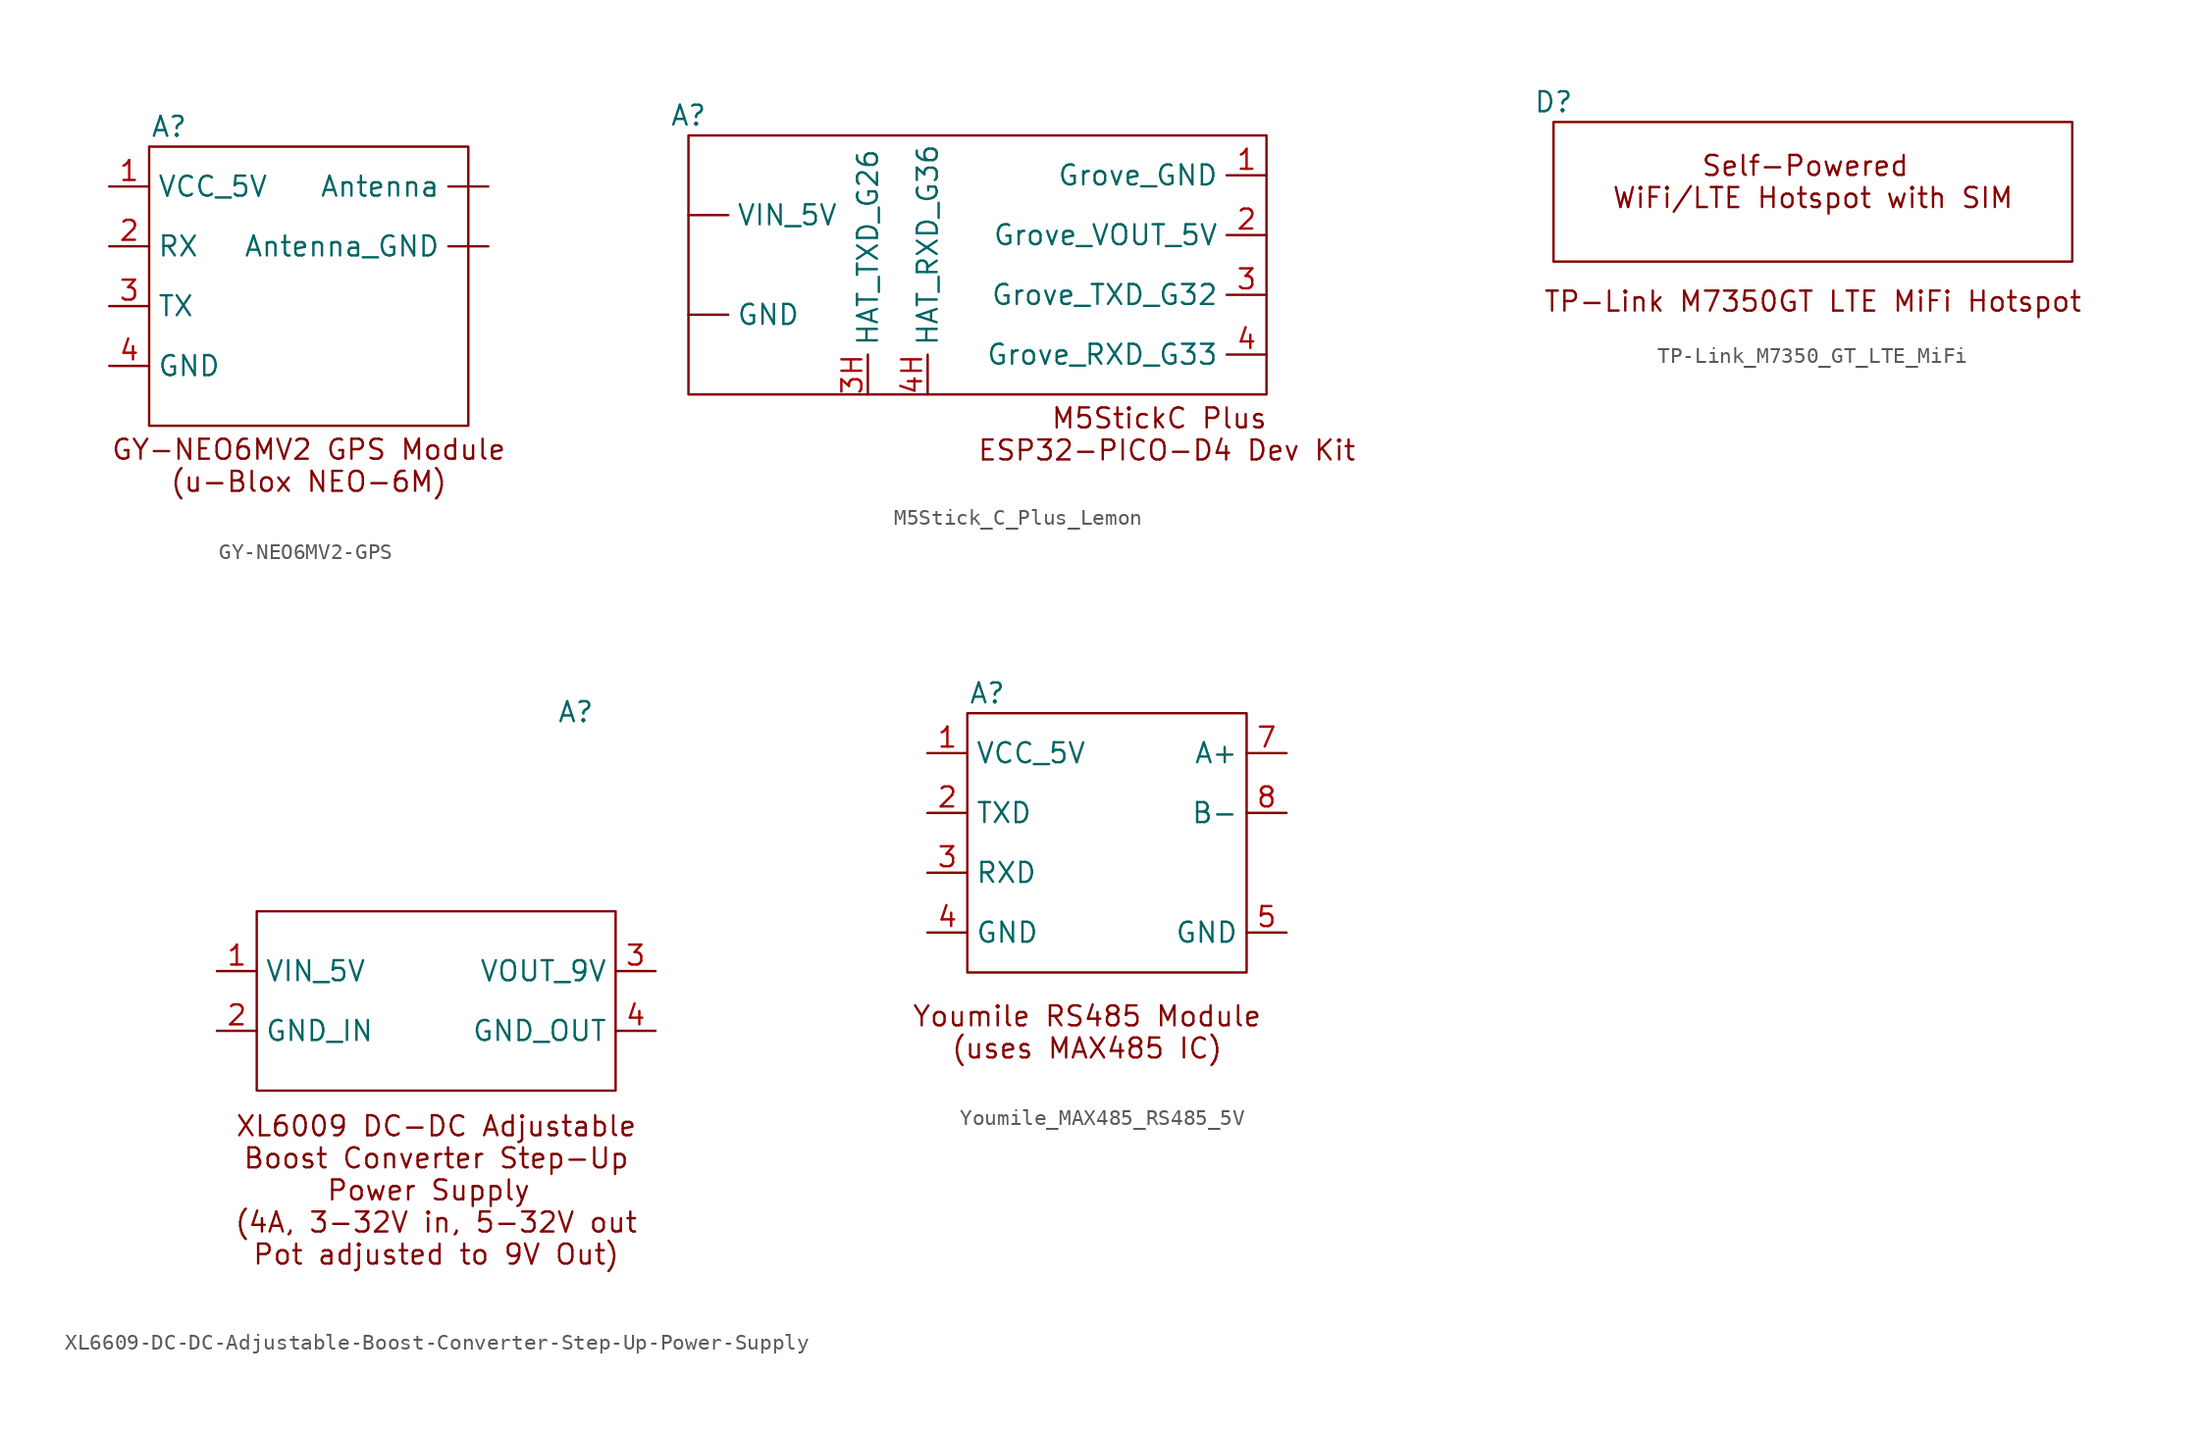
<source format=kicad_sym>
(kicad_symbol_lib
  (version 20220914)
  (generator kicad_symbol_editor)
  (symbol "GY-NEO6MV2-GPS"
    (property "Reference" "A"
      (at -8.89 10.16 0)
      (effects (font (size 1.27 1.27))))
    (property "Value" ""
      (at -7.62 11.43 0)
      (effects (font (size 1.27 1.27))))
    (symbol "GY-NEO6MV2-GPS_0_1"
      (rectangle (start -10.16 8.89) (end 10.16 -8.89) (stroke (width 0) (type default)) (fill (type none))))
    (symbol "GY-NEO6MV2-GPS_1_1"
      (text "GY-NEO6MV2 GPS Module\n(u-Blox NEO-6M)" (at 0 -11.43 0) (effects (font (size 1.27 1.27))))
      (pin input line (at 11.43 6.35 180) (length 2.54) (name "Antenna" (effects (font (size 1.27 1.27)))) (number "" (effects (font (size 1.27 1.27)))))
      (pin input line (at 11.43 2.54 180) (length 2.54) (name "Antenna_GND" (effects (font (size 1.27 1.27)))) (number "" (effects (font (size 1.27 1.27)))))
      (pin power_in line (at -12.7 6.35 0) (length 2.54) (name "VCC_5V" (effects (font (size 1.27 1.27)))) (number "1" (effects (font (size 1.27 1.27)))))
      (pin input line (at -12.7 2.54 0) (length 2.54) (name "RX" (effects (font (size 1.27 1.27)))) (number "2" (effects (font (size 1.27 1.27)))))
      (pin input line (at -12.7 -1.27 0) (length 2.54) (name "TX" (effects (font (size 1.27 1.27)))) (number "3" (effects (font (size 1.27 1.27)))))
      (pin input line (at -12.7 -5.08 0) (length 2.54) (name "GND" (effects (font (size 1.27 1.27)))) (number "4" (effects (font (size 1.27 1.27)))))))
  (symbol "M5Stick_C_Plus_Lemon"
    (property "Reference" "A"
      (at -16.51 3.81 0)
      (effects (font (size 1.27 1.27))))
    (property "Value" ""
      (at 0 0 0)
      (effects (font (size 1.27 1.27))))
    (symbol "M5Stick_C_Plus_Lemon_0_1"
      (rectangle (start -16.51 2.54) (end 20.32 -13.97) (stroke (width 0) (type default)) (fill (type none))))
    (symbol "M5Stick_C_Plus_Lemon_1_1"
      (text "M5StickC Plus \nESP32-PICO-D4 Dev Kit" (at 13.97 -16.51 0) (effects (font (size 1.27 1.27))))
      (pin power_in line (at -16.51 -8.89 0) (length 2.54) (name "GND" (effects (font (size 1.27 1.27)))) (number "" (effects (font (size 1.27 1.27)))))
      (pin power_in line (at -16.51 -2.54 0) (length 2.54) (name "VIN_5V" (effects (font (size 1.27 1.27)))) (number "" (effects (font (size 1.27 1.27)))))
      (pin power_in line (at 20.32 0 180) (length 2.54) (name "Grove_GND" (effects (font (size 1.27 1.27)))) (number "1" (effects (font (size 1.27 1.27)))))
      (pin power_out line (at 20.32 -3.81 180) (length 2.54) (name "Grove_VOUT_5V" (effects (font (size 1.27 1.27)))) (number "2" (effects (font (size 1.27 1.27)))))
      (pin output line (at 20.32 -7.62 180) (length 2.54) (name "Grove_TXD_G32" (effects (font (size 1.27 1.27)))) (number "3" (effects (font (size 1.27 1.27)))))
      (pin output line (at -5.08 -13.97 90) (length 2.54) (name "HAT_TXD_G26" (effects (font (size 1.27 1.27)))) (number "3H" (effects (font (size 1.27 1.27)))))
      (pin input line (at 20.32 -11.43 180) (length 2.54) (name "Grove_RXD_G33" (effects (font (size 1.27 1.27)))) (number "4" (effects (font (size 1.27 1.27)))))
      (pin input line (at -1.27 -13.97 90) (length 2.54) (name "HAT_RXD_G36" (effects (font (size 1.27 1.27)))) (number "4H" (effects (font (size 1.27 1.27)))))))
  (symbol "TP-Link_M7350_GT_LTE_MiFi"
    (property "Reference" "D"
      (at -10.16 0 0)
      (effects (font (size 1.27 1.27))))
    (property "Value" ""
      (at 0 0 0)
      (effects (font (size 1.27 1.27))))
    (symbol "TP-Link_M7350_GT_LTE_MiFi_0_1"
      (rectangle (start -10.16 -1.27) (end 22.86 -10.16) (stroke (width 0) (type default)) (fill (type none))))
    (symbol "TP-Link_M7350_GT_LTE_MiFi_1_1"
      (text "Self-Powered \nWiFi/LTE Hotspot with SIM" (at 6.35 -5.08 0) (effects (font (size 1.27 1.27))))
      (text "TP-Link M7350GT LTE MiFi Hotspot" (at 6.35 -12.7 0) (effects (font (size 1.27 1.27))))))
  (symbol "XL6609-DC-DC-Adjustable-Boost-Converter-Step-Up-Power-Supply"
    (property "Reference" "A"
      (at 8.89 19.05 0)
      (effects (font (size 1.27 1.27))))
    (property "Value" ""
      (at 8.89 19.05 0)
      (effects (font (size 1.27 1.27))))
    (symbol "XL6609-DC-DC-Adjustable-Boost-Converter-Step-Up-Power-Supply_0_1"
      (rectangle (start -11.43 6.35) (end 11.43 -5.08) (stroke (width 0) (type default)) (fill (type none))))
    (symbol "XL6609-DC-DC-Adjustable-Boost-Converter-Step-Up-Power-Supply_1_1"
      (text "XL6009 DC-DC Adjustable\nBoost Converter Step-Up\nPower Supply \n(4A, 3-32V in, 5-32V out\nPot adjusted to 9V Out)" (at 0 -11.43 0) (effects (font (size 1.27 1.27))))
      (pin power_in line (at -13.97 2.54 0) (length 2.54) (name "VIN_5V" (effects (font (size 1.27 1.27)))) (number "1" (effects (font (size 1.27 1.27)))))
      (pin power_in line (at -13.97 -1.27 0) (length 2.54) (name "GND_IN" (effects (font (size 1.27 1.27)))) (number "2" (effects (font (size 1.27 1.27)))))
      (pin power_in line (at 13.97 2.54 180) (length 2.54) (name "VOUT_9V" (effects (font (size 1.27 1.27)))) (number "3" (effects (font (size 1.27 1.27)))))
      (pin power_in line (at 13.97 -1.27 180) (length 2.54) (name "GND_OUT" (effects (font (size 1.27 1.27)))) (number "4" (effects (font (size 1.27 1.27)))))))
  (symbol "Youmile_MAX485_RS485_5V"
    (property "Reference" "A"
      (at -7.62 8.89 0)
      (effects (font (size 1.27 1.27))))
    (property "Value" ""
      (at -10.16 8.89 0)
      (effects (font (size 1.27 1.27))))
    (symbol "Youmile_MAX485_RS485_5V_0_1"
      (rectangle (start -8.89 7.62) (end 8.89 -8.89) (stroke (width 0) (type default)) (fill (type none))))
    (symbol "Youmile_MAX485_RS485_5V_1_1"
      (text "Youmile RS485 Module\n(uses MAX485 IC)" (at -1.27 -12.7 0) (effects (font (size 1.27 1.27))))
      (pin power_in line (at -11.43 5.08 0) (length 2.54) (name "VCC_5V" (effects (font (size 1.27 1.27)))) (number "1" (effects (font (size 1.27 1.27)))))
      (pin input line (at -11.43 1.27 0) (length 2.54) (name "TXD" (effects (font (size 1.27 1.27)))) (number "2" (effects (font (size 1.27 1.27)))))
      (pin output line (at -11.43 -2.54 0) (length 2.54) (name "RXD" (effects (font (size 1.27 1.27)))) (number "3" (effects (font (size 1.27 1.27)))))
      (pin power_in line (at -11.43 -6.35 0) (length 2.54) (name "GND" (effects (font (size 1.27 1.27)))) (number "4" (effects (font (size 1.27 1.27)))))
      (pin power_in line (at 11.43 -6.35 180) (length 2.54) (name "GND" (effects (font (size 1.27 1.27)))) (number "5" (effects (font (size 1.27 1.27)))))
      (pin bidirectional line (at 11.43 5.08 180) (length 2.54) (name "A+" (effects (font (size 1.27 1.27)))) (number "7" (effects (font (size 1.27 1.27)))))
      (pin bidirectional line (at 11.43 1.27 180) (length 2.54) (name "B-" (effects (font (size 1.27 1.27)))) (number "8" (effects (font (size 1.27 1.27))))))))
</source>
